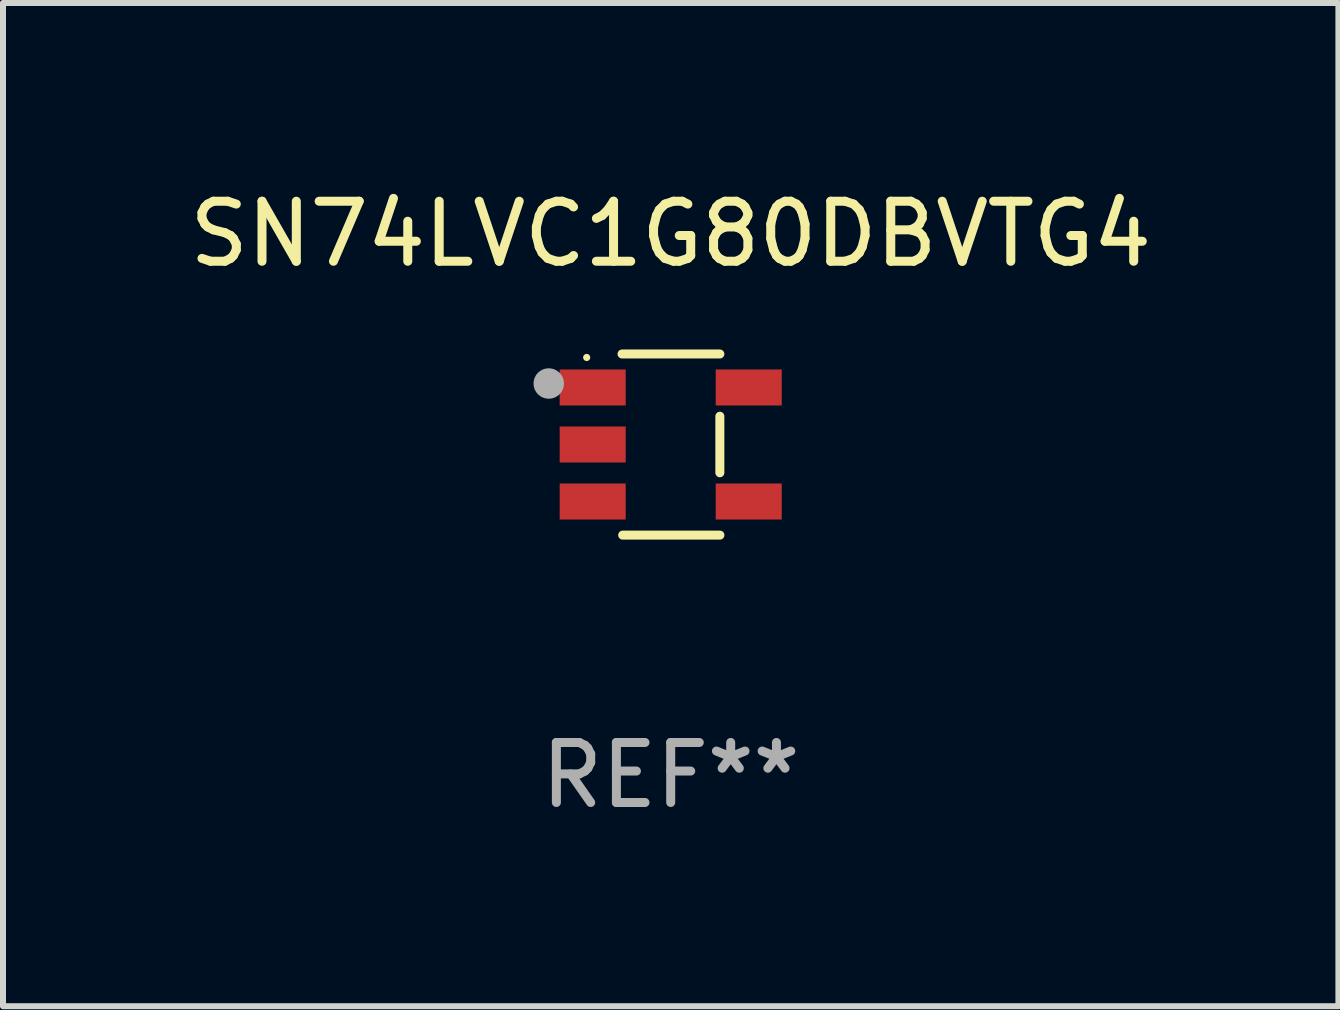
<source format=kicad_pcb>
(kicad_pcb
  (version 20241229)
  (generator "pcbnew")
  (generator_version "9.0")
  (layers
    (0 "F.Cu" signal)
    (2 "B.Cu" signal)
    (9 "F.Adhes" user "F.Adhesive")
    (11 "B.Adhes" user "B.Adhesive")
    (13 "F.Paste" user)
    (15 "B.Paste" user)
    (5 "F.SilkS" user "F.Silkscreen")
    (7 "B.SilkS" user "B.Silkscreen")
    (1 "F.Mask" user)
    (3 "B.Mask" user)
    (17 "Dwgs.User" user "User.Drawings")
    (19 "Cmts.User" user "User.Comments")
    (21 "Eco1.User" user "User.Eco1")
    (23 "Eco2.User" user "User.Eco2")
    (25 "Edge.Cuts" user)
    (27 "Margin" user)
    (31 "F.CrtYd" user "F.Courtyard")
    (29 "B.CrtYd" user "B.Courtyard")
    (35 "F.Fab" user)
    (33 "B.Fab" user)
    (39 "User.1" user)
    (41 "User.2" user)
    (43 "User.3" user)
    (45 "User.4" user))
  (footprint "SN74LVC1G80DBVTG4"
    (layer "F.Cu")
    (at 8.125 4.357)
    (property "Reference" "SN74LVC1G80DBVTG4" (at 0 -3.509 0) (layer "F.SilkS") (effects (font (size 1 1) (thickness 0.15))))
    (attr through_hole)
    (fp_line (start -0.811 -1.509) (end 0.819 -1.509) (stroke (width 0.15) (type solid)) (layer "F.SilkS"))
    (fp_line (start -0.8 1.509) (end 0.82 1.509) (stroke (width 0.15) (type solid)) (layer "F.SilkS"))
    (fp_line (start 0.819 -0.472) (end 0.819 0.47) (stroke (width 0.15) (type solid)) (layer "F.SilkS"))
    (fp_circle (center -1.4 -1.451) (end -1.37 -1.451) (stroke (width 0.06) (type solid)) (fill no) (layer "F.SilkS"))
    (fp_circle (center -2.032 -1.017) (end -1.905 -1.017) (stroke (width 0.254) (type solid)) (fill no) (layer "F.Fab"))
    (fp_text user "REF**" (at 0 5.509 0) (layer "F.Fab") (effects (font (size 1 1) (thickness 0.15))))
    (pad "1" smd rect (at -1.3 -0.951) (size 1.1 0.6) (layers "F.Cu" "F.Mask" "F.Paste"))
    (pad "2" smd rect (at -1.3 -0.001) (size 1.1 0.6) (layers "F.Cu" "F.Mask" "F.Paste"))
    (pad "3" smd rect (at -1.3 0.949) (size 1.1 0.6) (layers "F.Cu" "F.Mask" "F.Paste"))
    (pad "4" smd rect (at 1.3 0.949) (size 1.1 0.6) (layers "F.Cu" "F.Mask" "F.Paste"))
    (pad "5" smd rect (at 1.3 -0.951) (size 1.1 0.6) (layers "F.Cu" "F.Mask" "F.Paste")))
  (gr_rect
    (start -3 -3)
    (end 19.25 13.715)
    (stroke (width 0.1) (type default))
    (fill no)
    (layer "Edge.Cuts")))
</source>
